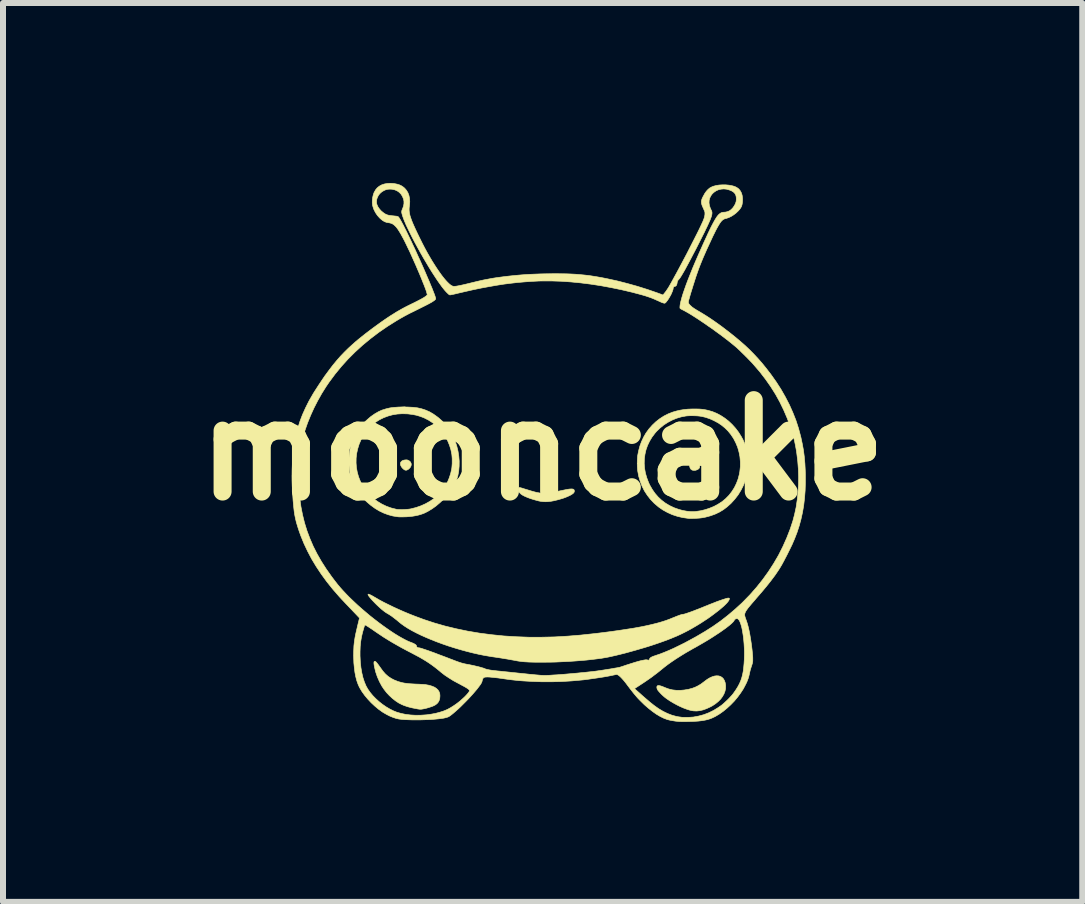
<source format=kicad_pcb>
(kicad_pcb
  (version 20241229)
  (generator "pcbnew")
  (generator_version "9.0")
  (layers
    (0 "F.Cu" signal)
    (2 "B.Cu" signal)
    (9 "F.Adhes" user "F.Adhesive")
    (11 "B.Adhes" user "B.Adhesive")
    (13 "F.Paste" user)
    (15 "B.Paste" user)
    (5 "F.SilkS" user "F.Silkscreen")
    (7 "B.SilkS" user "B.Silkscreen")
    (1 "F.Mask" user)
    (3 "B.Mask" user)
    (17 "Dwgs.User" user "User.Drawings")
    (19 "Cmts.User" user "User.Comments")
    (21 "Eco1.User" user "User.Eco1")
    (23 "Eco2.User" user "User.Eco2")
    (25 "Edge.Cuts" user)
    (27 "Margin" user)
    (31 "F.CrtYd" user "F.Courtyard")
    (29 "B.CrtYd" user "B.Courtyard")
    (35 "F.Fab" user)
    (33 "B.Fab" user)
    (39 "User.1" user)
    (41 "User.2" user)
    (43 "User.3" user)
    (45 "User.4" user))
  (footprint "mooncake"
    (layer "F.Cu")
    (at 5.994 4.454)
    (property "Reference" "mooncake" (at 0 0 0) (layer "F.SilkS") (effects (font (size 1.524 1.524) (thickness 0.3))))
    (attr through_hole)
    (fp_poly (pts (xy 2.552 0.188) (xy 2.574 0.201) (xy 2.594 0.219) (xy 2.602 0.229) (xy 2.614 0.253) (xy 2.619 0.274) (xy 2.615 0.293) (xy 2.603 0.309) (xy 2.584 0.322) (xy 2.582 0.323) (xy 2.554 0.334) (xy 2.527 0.337) (xy 2.502 0.334) (xy 2.489 0.329) (xy 2.471 0.316) (xy 2.459 0.297) (xy 2.452 0.274) (xy 2.451 0.25) (xy 2.457 0.227) (xy 2.465 0.214) (xy 2.478 0.201) (xy 2.492 0.19) (xy 2.504 0.184) (xy 2.528 0.182) (xy 2.552 0.188)) (stroke (width 0.01) (type solid)) (fill yes) (layer "F.SilkS"))
    (fp_poly (pts (xy -2.257 0.162) (xy -2.246 0.166) (xy -2.234 0.171) (xy -2.212 0.185) (xy -2.198 0.204) (xy -2.19 0.224) (xy -2.189 0.246) (xy -2.196 0.269) (xy -2.209 0.291) (xy -2.229 0.311) (xy -2.242 0.321) (xy -2.263 0.332) (xy -2.281 0.334) (xy -2.299 0.329) (xy -2.31 0.322) (xy -2.334 0.301) (xy -2.352 0.279) (xy -2.364 0.256) (xy -2.37 0.233) (xy -2.369 0.212) (xy -2.362 0.197) (xy -2.347 0.181) (xy -2.326 0.169) (xy -2.298 0.163) (xy -2.287 0.162) (xy -2.27 0.161) (xy -2.257 0.162)) (stroke (width 0.01) (type solid)) (fill yes) (layer "F.SilkS"))
    (fp_poly (pts (xy 2.935 3.762) (xy 2.965 3.771) (xy 2.991 3.787) (xy 3.013 3.809) (xy 3.03 3.838) (xy 3.043 3.873) (xy 3.05 3.914) (xy 3.051 3.927) (xy 3.05 3.973) (xy 3.04 4.018) (xy 3.023 4.063) (xy 2.998 4.107) (xy 2.967 4.149) (xy 2.928 4.188) (xy 2.883 4.225) (xy 2.832 4.259) (xy 2.795 4.279) (xy 2.734 4.307) (xy 2.677 4.328) (xy 2.622 4.341) (xy 2.569 4.347) (xy 2.518 4.345) (xy 2.49 4.341) (xy 2.446 4.331) (xy 2.397 4.315) (xy 2.344 4.295) (xy 2.288 4.27) (xy 2.232 4.242) (xy 2.176 4.211) (xy 2.121 4.178) (xy 2.068 4.142) (xy 2.057 4.134) (xy 2.036 4.118) (xy 2.014 4.099) (xy 1.991 4.078) (xy 1.969 4.056) (xy 1.949 4.034) (xy 1.932 4.015) (xy 1.92 3.999) (xy 1.916 3.993) (xy 1.907 3.971) (xy 1.904 3.953) (xy 1.906 3.937) (xy 1.911 3.93) (xy 1.919 3.924) (xy 1.931 3.922) (xy 1.947 3.924) (xy 1.968 3.929) (xy 1.995 3.938) (xy 2.027 3.951) (xy 2.051 3.961) (xy 2.106 3.981) (xy 2.165 3.995) (xy 2.228 4.002) (xy 2.293 4.003) (xy 2.361 3.997) (xy 2.429 3.986) (xy 2.496 3.968) (xy 2.544 3.95) (xy 2.591 3.927) (xy 2.638 3.899) (xy 2.685 3.864) (xy 2.702 3.851) (xy 2.745 3.819) (xy 2.787 3.794) (xy 2.827 3.776) (xy 2.866 3.764) (xy 2.902 3.76) (xy 2.935 3.762)) (stroke (width 0.01) (type solid)) (fill yes) (layer "F.SilkS"))
    (fp_poly (pts (xy -0.374 0.624) (xy -0.361 0.627) (xy -0.343 0.632) (xy -0.322 0.639) (xy -0.306 0.644) (xy -0.253 0.66) (xy -0.208 0.674) (xy -0.168 0.686) (xy -0.134 0.695) (xy -0.103 0.703) (xy -0.076 0.708) (xy -0.05 0.713) (xy -0.026 0.716) (xy -0.002 0.717) (xy 0.017 0.718) (xy 0.035 0.719) (xy 0.051 0.719) (xy 0.067 0.718) (xy 0.083 0.717) (xy 0.1 0.715) (xy 0.12 0.713) (xy 0.142 0.708) (xy 0.169 0.703) (xy 0.202 0.696) (xy 0.241 0.688) (xy 0.279 0.68) (xy 0.332 0.669) (xy 0.376 0.66) (xy 0.414 0.653) (xy 0.445 0.648) (xy 0.47 0.646) (xy 0.49 0.646) (xy 0.505 0.648) (xy 0.516 0.652) (xy 0.523 0.658) (xy 0.527 0.667) (xy 0.529 0.678) (xy 0.529 0.682) (xy 0.527 0.696) (xy 0.52 0.709) (xy 0.507 0.722) (xy 0.487 0.736) (xy 0.461 0.751) (xy 0.447 0.758) (xy 0.412 0.774) (xy 0.375 0.789) (xy 0.336 0.803) (xy 0.291 0.816) (xy 0.24 0.83) (xy 0.24 0.83) (xy 0.185 0.843) (xy 0.136 0.852) (xy 0.091 0.857) (xy 0.049 0.859) (xy 0.009 0.857) (xy -0.027 0.853) (xy -0.064 0.846) (xy -0.106 0.835) (xy -0.151 0.822) (xy -0.197 0.808) (xy -0.241 0.792) (xy -0.28 0.776) (xy -0.304 0.765) (xy -0.336 0.748) (xy -0.363 0.729) (xy -0.382 0.71) (xy -0.395 0.691) (xy -0.397 0.683) (xy -0.402 0.661) (xy -0.401 0.643) (xy -0.396 0.63) (xy -0.387 0.623) (xy -0.381 0.622) (xy -0.374 0.624)) (stroke (width 0.01) (type solid)) (fill yes) (layer "F.SilkS"))
    (fp_poly (pts (xy -2.786 3.522) (xy -2.773 3.533) (xy -2.757 3.552) (xy -2.737 3.578) (xy -2.714 3.61) (xy -2.702 3.627) (xy -2.663 3.681) (xy -2.622 3.728) (xy -2.578 3.768) (xy -2.529 3.801) (xy -2.476 3.829) (xy -2.416 3.853) (xy -2.407 3.856) (xy -2.373 3.866) (xy -2.339 3.875) (xy -2.303 3.882) (xy -2.264 3.887) (xy -2.222 3.892) (xy -2.173 3.895) (xy -2.118 3.898) (xy -2.091 3.899) (xy -2.059 3.9) (xy -2.028 3.902) (xy -2 3.903) (xy -1.976 3.905) (xy -1.957 3.906) (xy -1.948 3.908) (xy -1.892 3.918) (xy -1.843 3.933) (xy -1.802 3.95) (xy -1.769 3.972) (xy -1.743 3.997) (xy -1.725 4.026) (xy -1.714 4.058) (xy -1.711 4.095) (xy -1.714 4.134) (xy -1.723 4.169) (xy -1.738 4.198) (xy -1.759 4.223) (xy -1.786 4.244) (xy -1.812 4.258) (xy -1.837 4.269) (xy -1.866 4.279) (xy -1.898 4.289) (xy -1.931 4.299) (xy -1.964 4.307) (xy -1.994 4.313) (xy -2.02 4.317) (xy -2.04 4.318) (xy -2.051 4.317) (xy -2.067 4.315) (xy -2.087 4.312) (xy -2.101 4.309) (xy -2.178 4.294) (xy -2.248 4.276) (xy -2.309 4.255) (xy -2.345 4.24) (xy -2.398 4.213) (xy -2.451 4.178) (xy -2.503 4.137) (xy -2.553 4.091) (xy -2.6 4.041) (xy -2.642 3.987) (xy -2.679 3.932) (xy -2.72 3.856) (xy -2.755 3.776) (xy -2.783 3.694) (xy -2.802 3.613) (xy -2.808 3.58) (xy -2.811 3.555) (xy -2.811 3.537) (xy -2.808 3.525) (xy -2.801 3.519) (xy -2.796 3.518) (xy -2.786 3.522)) (stroke (width 0.01) (type solid)) (fill yes) (layer "F.SilkS"))
    (fp_poly (pts (xy 2.571 -0.687) (xy 2.612 -0.686) (xy 2.648 -0.683) (xy 2.682 -0.679) (xy 2.717 -0.673) (xy 2.754 -0.665) (xy 2.758 -0.664) (xy 2.831 -0.643) (xy 2.902 -0.614) (xy 2.971 -0.577) (xy 3.037 -0.534) (xy 3.101 -0.484) (xy 3.16 -0.428) (xy 3.216 -0.366) (xy 3.266 -0.3) (xy 3.311 -0.228) (xy 3.338 -0.179) (xy 3.374 -0.098) (xy 3.401 -0.017) (xy 3.42 0.065) (xy 3.431 0.147) (xy 3.433 0.23) (xy 3.426 0.313) (xy 3.411 0.397) (xy 3.407 0.415) (xy 3.381 0.502) (xy 3.347 0.587) (xy 3.306 0.668) (xy 3.258 0.746) (xy 3.202 0.818) (xy 3.14 0.886) (xy 3.139 0.887) (xy 3.078 0.942) (xy 3.014 0.991) (xy 2.946 1.032) (xy 2.874 1.066) (xy 2.796 1.094) (xy 2.714 1.116) (xy 2.661 1.126) (xy 2.639 1.129) (xy 2.612 1.132) (xy 2.581 1.134) (xy 2.547 1.136) (xy 2.514 1.137) (xy 2.483 1.138) (xy 2.455 1.138) (xy 2.433 1.137) (xy 2.428 1.136) (xy 2.335 1.123) (xy 2.246 1.102) (xy 2.161 1.074) (xy 2.081 1.038) (xy 2.005 0.996) (xy 1.934 0.947) (xy 1.867 0.89) (xy 1.859 0.883) (xy 1.798 0.819) (xy 1.745 0.751) (xy 1.698 0.679) (xy 1.659 0.602) (xy 1.627 0.52) (xy 1.602 0.435) (xy 1.585 0.345) (xy 1.583 0.33) (xy 1.581 0.305) (xy 1.579 0.274) (xy 1.578 0.239) (xy 1.578 0.224) (xy 1.694 0.224) (xy 1.7 0.303) (xy 1.714 0.382) (xy 1.737 0.461) (xy 1.767 0.54) (xy 1.787 0.582) (xy 1.828 0.654) (xy 1.874 0.72) (xy 1.927 0.781) (xy 1.985 0.835) (xy 2.049 0.883) (xy 2.118 0.924) (xy 2.192 0.959) (xy 2.271 0.987) (xy 2.338 1.005) (xy 2.404 1.017) (xy 2.467 1.023) (xy 2.53 1.023) (xy 2.562 1.02) (xy 2.636 1.009) (xy 2.71 0.991) (xy 2.783 0.967) (xy 2.854 0.938) (xy 2.92 0.903) (xy 2.981 0.864) (xy 2.992 0.857) (xy 3.052 0.807) (xy 3.107 0.751) (xy 3.155 0.689) (xy 3.197 0.623) (xy 3.231 0.553) (xy 3.259 0.479) (xy 3.279 0.402) (xy 3.287 0.358) (xy 3.296 0.274) (xy 3.296 0.191) (xy 3.289 0.109) (xy 3.273 0.029) (xy 3.251 -0.049) (xy 3.22 -0.123) (xy 3.183 -0.195) (xy 3.138 -0.262) (xy 3.089 -0.322) (xy 3.039 -0.371) (xy 2.983 -0.417) (xy 2.921 -0.458) (xy 2.854 -0.494) (xy 2.784 -0.525) (xy 2.712 -0.549) (xy 2.652 -0.563) (xy 2.62 -0.568) (xy 2.582 -0.572) (xy 2.541 -0.574) (xy 2.498 -0.575) (xy 2.456 -0.575) (xy 2.417 -0.573) (xy 2.387 -0.57) (xy 2.309 -0.555) (xy 2.232 -0.532) (xy 2.157 -0.501) (xy 2.086 -0.463) (xy 2.018 -0.419) (xy 1.956 -0.368) (xy 1.898 -0.312) (xy 1.873 -0.283) (xy 1.824 -0.218) (xy 1.783 -0.15) (xy 1.749 -0.079) (xy 1.723 -0.005) (xy 1.706 0.07) (xy 1.696 0.146) (xy 1.694 0.224) (xy 1.578 0.224) (xy 1.578 0.202) (xy 1.579 0.165) (xy 1.581 0.131) (xy 1.583 0.101) (xy 1.585 0.087) (xy 1.601 0.007) (xy 1.622 -0.071) (xy 1.65 -0.146) (xy 1.684 -0.218) (xy 1.722 -0.284) (xy 1.724 -0.287) (xy 1.773 -0.355) (xy 1.828 -0.417) (xy 1.888 -0.474) (xy 1.952 -0.524) (xy 2.02 -0.568) (xy 2.09 -0.604) (xy 2.164 -0.633) (xy 2.169 -0.635) (xy 2.231 -0.653) (xy 2.292 -0.667) (xy 2.354 -0.677) (xy 2.419 -0.684) (xy 2.488 -0.687) (xy 2.525 -0.687) (xy 2.571 -0.687)) (stroke (width 0.01) (type solid)) (fill yes) (layer "F.SilkS"))
    (fp_poly (pts (xy -2.296 -0.723) (xy -2.291 -0.722) (xy -2.285 -0.721) (xy -2.273 -0.72) (xy -2.257 -0.72) (xy -2.237 -0.719) (xy -2.158 -0.715) (xy -2.084 -0.706) (xy -2.015 -0.69) (xy -1.949 -0.668) (xy -1.885 -0.64) (xy -1.823 -0.604) (xy -1.761 -0.56) (xy -1.736 -0.541) (xy -1.675 -0.487) (xy -1.621 -0.43) (xy -1.573 -0.369) (xy -1.53 -0.302) (xy -1.49 -0.227) (xy -1.457 -0.148) (xy -1.43 -0.067) (xy -1.41 0.016) (xy -1.397 0.099) (xy -1.39 0.182) (xy -1.391 0.265) (xy -1.398 0.346) (xy -1.412 0.424) (xy -1.434 0.499) (xy -1.442 0.521) (xy -1.459 0.563) (xy -1.478 0.603) (xy -1.501 0.641) (xy -1.526 0.678) (xy -1.557 0.717) (xy -1.592 0.757) (xy -1.634 0.801) (xy -1.644 0.811) (xy -1.712 0.875) (xy -1.778 0.931) (xy -1.844 0.978) (xy -1.91 1.018) (xy -1.941 1.034) (xy -1.974 1.05) (xy -2.006 1.062) (xy -2.039 1.073) (xy -2.075 1.083) (xy -2.117 1.092) (xy -2.164 1.1) (xy -2.172 1.101) (xy -2.198 1.104) (xy -2.23 1.107) (xy -2.266 1.11) (xy -2.302 1.111) (xy -2.338 1.112) (xy -2.371 1.112) (xy -2.399 1.111) (xy -2.417 1.109) (xy -2.498 1.096) (xy -2.575 1.075) (xy -2.65 1.047) (xy -2.723 1.012) (xy -2.794 0.969) (xy -2.864 0.918) (xy -2.933 0.859) (xy -2.972 0.821) (xy -3.027 0.763) (xy -3.074 0.706) (xy -3.114 0.649) (xy -3.147 0.59) (xy -3.174 0.529) (xy -3.195 0.464) (xy -3.211 0.395) (xy -3.221 0.32) (xy -3.226 0.268) (xy -3.228 0.212) (xy -3.109 0.212) (xy -3.103 0.29) (xy -3.089 0.367) (xy -3.068 0.442) (xy -3.039 0.515) (xy -3.004 0.585) (xy -2.961 0.652) (xy -2.91 0.715) (xy -2.874 0.754) (xy -2.815 0.808) (xy -2.749 0.856) (xy -2.679 0.898) (xy -2.604 0.934) (xy -2.527 0.962) (xy -2.448 0.982) (xy -2.436 0.985) (xy -2.413 0.988) (xy -2.384 0.989) (xy -2.35 0.99) (xy -2.313 0.989) (xy -2.277 0.987) (xy -2.241 0.984) (xy -2.209 0.98) (xy -2.19 0.976) (xy -2.108 0.955) (xy -2.028 0.927) (xy -1.952 0.893) (xy -1.879 0.852) (xy -1.812 0.807) (xy -1.75 0.756) (xy -1.706 0.713) (xy -1.661 0.659) (xy -1.621 0.599) (xy -1.586 0.533) (xy -1.557 0.464) (xy -1.533 0.391) (xy -1.516 0.317) (xy -1.513 0.296) (xy -1.51 0.263) (xy -1.507 0.224) (xy -1.507 0.182) (xy -1.507 0.141) (xy -1.51 0.102) (xy -1.513 0.07) (xy -1.529 -0.01) (xy -1.553 -0.086) (xy -1.584 -0.16) (xy -1.621 -0.229) (xy -1.666 -0.294) (xy -1.716 -0.354) (xy -1.773 -0.409) (xy -1.835 -0.459) (xy -1.902 -0.502) (xy -1.973 -0.538) (xy -1.984 -0.543) (xy -2.044 -0.565) (xy -2.104 -0.583) (xy -2.166 -0.595) (xy -2.234 -0.604) (xy -2.257 -0.606) (xy -2.341 -0.608) (xy -2.422 -0.603) (xy -2.501 -0.59) (xy -2.577 -0.569) (xy -2.649 -0.542) (xy -2.718 -0.508) (xy -2.783 -0.467) (xy -2.843 -0.42) (xy -2.898 -0.366) (xy -2.947 -0.307) (xy -2.986 -0.249) (xy -3.026 -0.175) (xy -3.058 -0.1) (xy -3.082 -0.023) (xy -3.099 0.055) (xy -3.108 0.133) (xy -3.109 0.212) (xy -3.228 0.212) (xy -3.229 0.175) (xy -3.225 0.084) (xy -3.213 -0.003) (xy -3.193 -0.087) (xy -3.167 -0.168) (xy -3.133 -0.245) (xy -3.091 -0.317) (xy -3.043 -0.386) (xy -3.037 -0.394) (xy -3.015 -0.418) (xy -2.989 -0.446) (xy -2.959 -0.476) (xy -2.927 -0.505) (xy -2.895 -0.533) (xy -2.866 -0.558) (xy -2.855 -0.566) (xy -2.796 -0.607) (xy -2.737 -0.641) (xy -2.678 -0.668) (xy -2.615 -0.688) (xy -2.549 -0.704) (xy -2.517 -0.709) (xy -2.501 -0.711) (xy -2.481 -0.713) (xy -2.457 -0.715) (xy -2.43 -0.717) (xy -2.403 -0.719) (xy -2.375 -0.72) (xy -2.35 -0.721) (xy -2.327 -0.722) (xy -2.309 -0.723) (xy -2.296 -0.723)) (stroke (width 0.01) (type solid)) (fill yes) (layer "F.SilkS"))
    (fp_poly (pts (xy -2.902 2.4) (xy -2.89 2.403) (xy -2.871 2.411) (xy -2.847 2.423) (xy -2.819 2.439) (xy -2.788 2.457) (xy -2.784 2.459) (xy -2.719 2.497) (xy -2.646 2.536) (xy -2.567 2.575) (xy -2.483 2.616) (xy -2.395 2.656) (xy -2.304 2.696) (xy -2.21 2.735) (xy -2.115 2.772) (xy -2.02 2.807) (xy -1.983 2.821) (xy -1.807 2.879) (xy -1.626 2.931) (xy -1.44 2.976) (xy -1.248 3.016) (xy -1.052 3.049) (xy -0.852 3.075) (xy -0.648 3.096) (xy -0.44 3.109) (xy -0.229 3.117) (xy -0.014 3.117) (xy 0.203 3.112) (xy 0.423 3.099) (xy 0.631 3.082) (xy 0.733 3.071) (xy 0.837 3.06) (xy 0.941 3.048) (xy 1.045 3.035) (xy 1.146 3.022) (xy 1.245 3.008) (xy 1.34 2.994) (xy 1.43 2.98) (xy 1.514 2.967) (xy 1.592 2.953) (xy 1.651 2.942) (xy 1.733 2.925) (xy 1.808 2.908) (xy 1.877 2.891) (xy 1.942 2.874) (xy 2.002 2.856) (xy 2.06 2.837) (xy 2.117 2.816) (xy 2.173 2.793) (xy 2.189 2.787) (xy 2.225 2.772) (xy 2.259 2.759) (xy 2.289 2.748) (xy 2.314 2.74) (xy 2.333 2.736) (xy 2.344 2.735) (xy 2.355 2.733) (xy 2.374 2.728) (xy 2.399 2.72) (xy 2.431 2.709) (xy 2.469 2.696) (xy 2.512 2.68) (xy 2.56 2.661) (xy 2.613 2.641) (xy 2.67 2.618) (xy 2.716 2.599) (xy 2.783 2.572) (xy 2.845 2.548) (xy 2.9 2.526) (xy 2.95 2.508) (xy 2.993 2.493) (xy 3.03 2.481) (xy 3.06 2.472) (xy 3.082 2.466) (xy 3.091 2.465) (xy 3.104 2.465) (xy 3.112 2.468) (xy 3.114 2.477) (xy 3.11 2.49) (xy 3.105 2.502) (xy 3.093 2.52) (xy 3.075 2.543) (xy 3.05 2.569) (xy 3.02 2.598) (xy 2.984 2.629) (xy 2.944 2.663) (xy 2.9 2.697) (xy 2.853 2.733) (xy 2.803 2.77) (xy 2.751 2.807) (xy 2.696 2.843) (xy 2.641 2.879) (xy 2.63 2.886) (xy 2.561 2.928) (xy 2.494 2.967) (xy 2.43 3.003) (xy 2.366 3.036) (xy 2.301 3.068) (xy 2.235 3.098) (xy 2.165 3.127) (xy 2.09 3.157) (xy 2.009 3.187) (xy 1.935 3.213) (xy 1.862 3.238) (xy 1.785 3.263) (xy 1.705 3.288) (xy 1.623 3.312) (xy 1.541 3.336) (xy 1.458 3.359) (xy 1.378 3.381) (xy 1.299 3.401) (xy 1.225 3.419) (xy 1.155 3.435) (xy 1.091 3.449) (xy 1.052 3.456) (xy 0.983 3.468) (xy 0.907 3.478) (xy 0.824 3.488) (xy 0.734 3.498) (xy 0.639 3.506) (xy 0.539 3.514) (xy 0.434 3.521) (xy 0.326 3.526) (xy 0.222 3.531) (xy 0.182 3.532) (xy 0.137 3.533) (xy 0.089 3.533) (xy 0.038 3.534) (xy -0.013 3.534) (xy -0.064 3.534) (xy -0.113 3.534) (xy -0.158 3.533) (xy -0.198 3.532) (xy -0.231 3.531) (xy -0.245 3.53) (xy -0.299 3.527) (xy -0.345 3.523) (xy -0.388 3.517) (xy -0.427 3.511) (xy -0.444 3.507) (xy -0.472 3.502) (xy -0.506 3.496) (xy -0.546 3.489) (xy -0.589 3.481) (xy -0.635 3.474) (xy -0.681 3.466) (xy -0.726 3.459) (xy -0.768 3.453) (xy -0.785 3.45) (xy -0.85 3.441) (xy -0.908 3.431) (xy -0.962 3.422) (xy -1.013 3.412) (xy -1.063 3.402) (xy -1.067 3.401) (xy -1.168 3.378) (xy -1.27 3.352) (xy -1.372 3.324) (xy -1.473 3.294) (xy -1.572 3.263) (xy -1.669 3.229) (xy -1.764 3.194) (xy -1.855 3.158) (xy -1.943 3.121) (xy -2.026 3.084) (xy -2.104 3.046) (xy -2.177 3.008) (xy -2.243 2.97) (xy -2.302 2.932) (xy -2.354 2.895) (xy -2.384 2.871) (xy -2.433 2.83) (xy -2.478 2.795) (xy -2.519 2.764) (xy -2.557 2.739) (xy -2.592 2.718) (xy -2.593 2.718) (xy -2.612 2.706) (xy -2.635 2.69) (xy -2.659 2.671) (xy -2.685 2.65) (xy -2.711 2.627) (xy -2.738 2.602) (xy -2.765 2.577) (xy -2.791 2.551) (xy -2.816 2.525) (xy -2.839 2.501) (xy -2.86 2.477) (xy -2.878 2.456) (xy -2.893 2.437) (xy -2.903 2.422) (xy -2.909 2.41) (xy -2.91 2.402) (xy -2.905 2.399) (xy -2.902 2.4)) (stroke (width 0.01) (type solid)) (fill yes) (layer "F.SilkS"))
    (fp_poly (pts (xy -2.48 -4.445) (xy -2.467 -4.443) (xy -2.422 -4.434) (xy -2.384 -4.422) (xy -2.351 -4.406) (xy -2.32 -4.385) (xy -2.299 -4.367) (xy -2.269 -4.332) (xy -2.245 -4.292) (xy -2.228 -4.247) (xy -2.218 -4.198) (xy -2.214 -4.144) (xy -2.218 -4.086) (xy -2.221 -4.063) (xy -2.224 -4.039) (xy -2.225 -4.015) (xy -2.224 -3.99) (xy -2.221 -3.964) (xy -2.216 -3.936) (xy -2.209 -3.906) (xy -2.198 -3.873) (xy -2.185 -3.836) (xy -2.169 -3.795) (xy -2.149 -3.749) (xy -2.126 -3.698) (xy -2.1 -3.642) (xy -2.069 -3.578) (xy -2.051 -3.541) (xy -2.007 -3.452) (xy -1.964 -3.369) (xy -1.922 -3.292) (xy -1.88 -3.219) (xy -1.838 -3.148) (xy -1.793 -3.077) (xy -1.763 -3.031) (xy -1.726 -2.977) (xy -1.693 -2.93) (xy -1.662 -2.889) (xy -1.633 -2.853) (xy -1.605 -2.821) (xy -1.583 -2.798) (xy -1.556 -2.772) (xy -1.533 -2.753) (xy -1.512 -2.74) (xy -1.493 -2.733) (xy -1.477 -2.731) (xy -1.458 -2.732) (xy -1.433 -2.735) (xy -1.4 -2.741) (xy -1.36 -2.749) (xy -1.315 -2.759) (xy -1.264 -2.771) (xy -1.215 -2.783) (xy -1.133 -2.803) (xy -1.057 -2.821) (xy -0.986 -2.837) (xy -0.917 -2.85) (xy -0.849 -2.863) (xy -0.78 -2.874) (xy -0.708 -2.884) (xy -0.631 -2.894) (xy -0.563 -2.902) (xy -0.486 -2.91) (xy -0.412 -2.917) (xy -0.341 -2.923) (xy -0.271 -2.928) (xy -0.2 -2.932) (xy -0.126 -2.935) (xy -0.048 -2.938) (xy 0.034 -2.94) (xy 0.116 -2.941) (xy 0.215 -2.942) (xy 0.307 -2.941) (xy 0.392 -2.94) (xy 0.473 -2.937) (xy 0.55 -2.933) (xy 0.623 -2.927) (xy 0.696 -2.92) (xy 0.768 -2.912) (xy 0.84 -2.901) (xy 0.914 -2.889) (xy 0.992 -2.875) (xy 1.073 -2.859) (xy 1.082 -2.857) (xy 1.247 -2.821) (xy 1.414 -2.778) (xy 1.582 -2.731) (xy 1.747 -2.679) (xy 1.907 -2.624) (xy 1.921 -2.619) (xy 2.007 -2.587) (xy 2.039 -2.627) (xy 2.052 -2.643) (xy 2.063 -2.659) (xy 2.074 -2.675) (xy 2.086 -2.693) (xy 2.099 -2.713) (xy 2.113 -2.737) (xy 2.129 -2.765) (xy 2.148 -2.799) (xy 2.166 -2.832) (xy 2.244 -2.974) (xy 2.324 -3.124) (xy 2.407 -3.281) (xy 2.491 -3.446) (xy 2.545 -3.552) (xy 2.575 -3.611) (xy 2.601 -3.663) (xy 2.623 -3.709) (xy 2.642 -3.749) (xy 2.658 -3.784) (xy 2.672 -3.814) (xy 2.682 -3.84) (xy 2.691 -3.863) (xy 2.697 -3.883) (xy 2.701 -3.9) (xy 2.704 -3.916) (xy 2.706 -3.931) (xy 2.706 -3.941) (xy 2.706 -3.956) (xy 2.705 -3.967) (xy 2.702 -3.979) (xy 2.697 -3.992) (xy 2.689 -4.009) (xy 2.685 -4.02) (xy 2.669 -4.055) (xy 2.657 -4.084) (xy 2.65 -4.109) (xy 2.647 -4.131) (xy 2.647 -4.152) (xy 2.652 -4.174) (xy 2.66 -4.197) (xy 2.673 -4.224) (xy 2.678 -4.233) (xy 2.703 -4.279) (xy 2.73 -4.317) (xy 2.759 -4.348) (xy 2.79 -4.373) (xy 2.825 -4.391) (xy 2.848 -4.4) (xy 2.893 -4.412) (xy 2.944 -4.42) (xy 2.997 -4.423) (xy 3.051 -4.423) (xy 3.105 -4.418) (xy 3.154 -4.409) (xy 3.175 -4.404) (xy 3.208 -4.393) (xy 3.234 -4.38) (xy 3.257 -4.365) (xy 3.273 -4.351) (xy 3.296 -4.322) (xy 3.314 -4.288) (xy 3.326 -4.249) (xy 3.332 -4.204) (xy 3.333 -4.176) (xy 3.331 -4.135) (xy 3.326 -4.1) (xy 3.318 -4.07) (xy 3.304 -4.042) (xy 3.285 -4.015) (xy 3.26 -3.987) (xy 3.224 -3.953) (xy 3.185 -3.923) (xy 3.145 -3.898) (xy 3.104 -3.878) (xy 3.064 -3.864) (xy 3.05 -3.861) (xy 3.035 -3.857) (xy 3.021 -3.85) (xy 3.006 -3.842) (xy 2.992 -3.829) (xy 2.977 -3.814) (xy 2.962 -3.794) (xy 2.946 -3.77) (xy 2.928 -3.74) (xy 2.909 -3.706) (xy 2.887 -3.665) (xy 2.864 -3.618) (xy 2.837 -3.564) (xy 2.809 -3.503) (xy 2.771 -3.421) (xy 2.736 -3.346) (xy 2.705 -3.275) (xy 2.676 -3.209) (xy 2.65 -3.146) (xy 2.625 -3.084) (xy 2.602 -3.024) (xy 2.58 -2.962) (xy 2.558 -2.899) (xy 2.537 -2.834) (xy 2.515 -2.764) (xy 2.513 -2.759) (xy 2.494 -2.697) (xy 2.477 -2.643) (xy 2.463 -2.597) (xy 2.452 -2.558) (xy 2.443 -2.526) (xy 2.436 -2.502) (xy 2.432 -2.484) (xy 2.43 -2.472) (xy 2.43 -2.469) (xy 2.431 -2.456) (xy 2.437 -2.443) (xy 2.447 -2.429) (xy 2.463 -2.412) (xy 2.467 -2.409) (xy 2.48 -2.397) (xy 2.493 -2.385) (xy 2.509 -2.374) (xy 2.527 -2.361) (xy 2.55 -2.347) (xy 2.577 -2.33) (xy 2.61 -2.311) (xy 2.672 -2.274) (xy 2.733 -2.236) (xy 2.793 -2.197) (xy 2.856 -2.154) (xy 2.921 -2.108) (xy 2.99 -2.058) (xy 3.02 -2.035) (xy 3.118 -1.96) (xy 3.209 -1.887) (xy 3.294 -1.816) (xy 3.374 -1.746) (xy 3.449 -1.675) (xy 3.52 -1.603) (xy 3.588 -1.53) (xy 3.655 -1.454) (xy 3.72 -1.374) (xy 3.785 -1.29) (xy 3.805 -1.264) (xy 3.893 -1.14) (xy 3.974 -1.014) (xy 4.047 -0.886) (xy 4.113 -0.758) (xy 4.171 -0.628) (xy 4.222 -0.499) (xy 4.264 -0.37) (xy 4.275 -0.33) (xy 4.305 -0.217) (xy 4.328 -0.108) (xy 4.348 0.000322) (xy 4.362 0.109) (xy 4.372 0.221) (xy 4.378 0.337) (xy 4.38 0.406) (xy 4.38 0.544) (xy 4.376 0.675) (xy 4.366 0.8) (xy 4.352 0.92) (xy 4.332 1.037) (xy 4.307 1.15) (xy 4.277 1.261) (xy 4.241 1.371) (xy 4.199 1.479) (xy 4.171 1.544) (xy 4.159 1.572) (xy 4.143 1.605) (xy 4.125 1.642) (xy 4.105 1.682) (xy 4.085 1.723) (xy 4.064 1.764) (xy 4.043 1.804) (xy 4.024 1.841) (xy 4.006 1.874) (xy 3.991 1.902) (xy 3.983 1.916) (xy 3.958 1.958) (xy 3.932 1.999) (xy 3.903 2.042) (xy 3.873 2.086) (xy 3.839 2.131) (xy 3.803 2.179) (xy 3.763 2.23) (xy 3.719 2.284) (xy 3.67 2.343) (xy 3.616 2.406) (xy 3.557 2.474) (xy 3.539 2.496) (xy 3.504 2.536) (xy 3.474 2.571) (xy 3.449 2.601) (xy 3.428 2.626) (xy 3.412 2.648) (xy 3.399 2.666) (xy 3.388 2.683) (xy 3.381 2.697) (xy 3.375 2.71) (xy 3.371 2.722) (xy 3.371 2.723) (xy 3.369 2.735) (xy 3.368 2.747) (xy 3.37 2.76) (xy 3.374 2.777) (xy 3.38 2.797) (xy 3.39 2.824) (xy 3.393 2.832) (xy 3.41 2.882) (xy 3.426 2.939) (xy 3.441 3.003) (xy 3.455 3.075) (xy 3.468 3.152) (xy 3.48 3.234) (xy 3.491 3.321) (xy 3.497 3.382) (xy 3.501 3.425) (xy 3.503 3.46) (xy 3.503 3.489) (xy 3.503 3.514) (xy 3.5 3.536) (xy 3.496 3.555) (xy 3.49 3.574) (xy 3.49 3.575) (xy 3.473 3.626) (xy 3.459 3.674) (xy 3.448 3.723) (xy 3.439 3.763) (xy 3.429 3.798) (xy 3.416 3.834) (xy 3.401 3.871) (xy 3.382 3.909) (xy 3.345 3.979) (xy 3.3 4.048) (xy 3.25 4.116) (xy 3.196 4.181) (xy 3.137 4.242) (xy 3.075 4.299) (xy 3.012 4.351) (xy 2.947 4.397) (xy 2.882 4.436) (xy 2.86 4.447) (xy 2.824 4.464) (xy 2.788 4.478) (xy 2.752 4.489) (xy 2.714 4.498) (xy 2.671 4.506) (xy 2.623 4.512) (xy 2.599 4.515) (xy 2.571 4.517) (xy 2.537 4.519) (xy 2.499 4.521) (xy 2.458 4.522) (xy 2.416 4.523) (xy 2.375 4.524) (xy 2.337 4.524) (xy 2.303 4.523) (xy 2.275 4.522) (xy 2.263 4.521) (xy 2.214 4.516) (xy 2.166 4.508) (xy 2.121 4.5) (xy 2.082 4.49) (xy 2.072 4.487) (xy 2.015 4.465) (xy 1.955 4.435) (xy 1.893 4.398) (xy 1.83 4.353) (xy 1.764 4.301) (xy 1.697 4.243) (xy 1.63 4.177) (xy 1.614 4.161) (xy 1.59 4.136) (xy 1.566 4.109) (xy 1.542 4.08) (xy 1.515 4.048) (xy 1.487 4.012) (xy 1.457 3.974) (xy 1.532 3.974) (xy 1.624 4.056) (xy 1.673 4.1) (xy 1.717 4.138) (xy 1.757 4.172) (xy 1.792 4.202) (xy 1.825 4.228) (xy 1.855 4.252) (xy 1.884 4.273) (xy 1.912 4.293) (xy 1.935 4.309) (xy 2.009 4.353) (xy 2.083 4.389) (xy 2.156 4.417) (xy 2.229 4.437) (xy 2.273 4.445) (xy 2.29 4.447) (xy 2.305 4.449) (xy 2.315 4.451) (xy 2.316 4.451) (xy 2.33 4.452) (xy 2.352 4.453) (xy 2.378 4.453) (xy 2.407 4.453) (xy 2.436 4.452) (xy 2.465 4.451) (xy 2.491 4.449) (xy 2.512 4.448) (xy 2.517 4.447) (xy 2.603 4.431) (xy 2.688 4.408) (xy 2.771 4.376) (xy 2.852 4.336) (xy 2.93 4.288) (xy 2.976 4.256) (xy 2.998 4.239) (xy 3.023 4.217) (xy 3.05 4.192) (xy 3.079 4.165) (xy 3.107 4.137) (xy 3.132 4.11) (xy 3.155 4.085) (xy 3.172 4.064) (xy 3.174 4.062) (xy 3.216 4.003) (xy 3.252 3.946) (xy 3.281 3.892) (xy 3.304 3.839) (xy 3.322 3.785) (xy 3.335 3.732) (xy 3.345 3.679) (xy 3.352 3.619) (xy 3.358 3.555) (xy 3.362 3.488) (xy 3.364 3.42) (xy 3.364 3.354) (xy 3.362 3.296) (xy 3.358 3.226) (xy 3.352 3.16) (xy 3.345 3.098) (xy 3.336 3.041) (xy 3.327 2.989) (xy 3.317 2.943) (xy 3.305 2.903) (xy 3.293 2.869) (xy 3.281 2.842) (xy 3.267 2.823) (xy 3.254 2.811) (xy 3.24 2.807) (xy 3.22 2.81) (xy 3.204 2.821) (xy 3.194 2.836) (xy 3.185 2.851) (xy 3.169 2.869) (xy 3.147 2.89) (xy 3.118 2.915) (xy 3.084 2.942) (xy 3.045 2.972) (xy 3.001 3.003) (xy 2.953 3.037) (xy 2.901 3.071) (xy 2.846 3.107) (xy 2.788 3.144) (xy 2.727 3.181) (xy 2.664 3.218) (xy 2.6 3.255) (xy 2.535 3.292) (xy 2.512 3.304) (xy 2.453 3.338) (xy 2.39 3.374) (xy 2.326 3.413) (xy 2.264 3.452) (xy 2.206 3.489) (xy 2.195 3.497) (xy 2.156 3.523) (xy 2.122 3.547) (xy 2.091 3.569) (xy 2.062 3.591) (xy 2.032 3.614) (xy 2 3.64) (xy 1.98 3.656) (xy 1.941 3.688) (xy 1.903 3.718) (xy 1.864 3.747) (xy 1.825 3.777) (xy 1.783 3.807) (xy 1.738 3.838) (xy 1.688 3.872) (xy 1.633 3.908) (xy 1.572 3.948) (xy 1.571 3.948) (xy 1.532 3.974) (xy 1.457 3.974) (xy 1.455 3.971) (xy 1.424 3.93) (xy 1.388 3.882) (xy 1.356 3.842) (xy 1.327 3.809) (xy 1.301 3.782) (xy 1.279 3.762) (xy 1.26 3.748) (xy 1.244 3.74) (xy 1.232 3.738) (xy 1.224 3.739) (xy 1.21 3.742) (xy 1.193 3.746) (xy 1.182 3.748) (xy 1.16 3.753) (xy 1.13 3.759) (xy 1.094 3.766) (xy 1.054 3.773) (xy 1.009 3.781) (xy 0.961 3.788) (xy 0.912 3.796) (xy 0.863 3.803) (xy 0.814 3.81) (xy 0.766 3.817) (xy 0.722 3.823) (xy 0.681 3.828) (xy 0.65 3.831) (xy 0.48 3.846) (xy 0.315 3.856) (xy 0.151 3.86) (xy -0.013 3.86) (xy -0.179 3.854) (xy -0.318 3.846) (xy -0.36 3.843) (xy -0.399 3.84) (xy -0.436 3.836) (xy -0.473 3.832) (xy -0.51 3.828) (xy -0.55 3.823) (xy -0.595 3.817) (xy -0.645 3.81) (xy -0.679 3.805) (xy -0.742 3.796) (xy -0.798 3.79) (xy -0.846 3.785) (xy -0.887 3.781) (xy -0.92 3.78) (xy -0.946 3.781) (xy -0.964 3.783) (xy -0.966 3.784) (xy -0.982 3.792) (xy -0.994 3.804) (xy -1.002 3.823) (xy -1.006 3.837) (xy -1.009 3.853) (xy -1.015 3.868) (xy -1.022 3.883) (xy -1.033 3.901) (xy -1.047 3.921) (xy -1.065 3.945) (xy -1.094 3.983) (xy -1.128 4.023) (xy -1.164 4.065) (xy -1.203 4.108) (xy -1.244 4.152) (xy -1.286 4.195) (xy -1.328 4.237) (xy -1.369 4.278) (xy -1.41 4.316) (xy -1.448 4.35) (xy -1.484 4.381) (xy -1.517 4.408) (xy -1.545 4.429) (xy -1.566 4.442) (xy -1.586 4.45) (xy -1.613 4.458) (xy -1.647 4.466) (xy -1.688 4.472) (xy -1.736 4.478) (xy -1.789 4.483) (xy -1.848 4.488) (xy -1.911 4.491) (xy -1.978 4.493) (xy -2.036 4.495) (xy -2.11 4.495) (xy -2.178 4.495) (xy -2.238 4.493) (xy -2.292 4.491) (xy -2.338 4.488) (xy -2.377 4.483) (xy -2.395 4.481) (xy -2.443 4.47) (xy -2.494 4.453) (xy -2.548 4.431) (xy -2.601 4.404) (xy -2.653 4.374) (xy -2.672 4.362) (xy -2.736 4.316) (xy -2.798 4.264) (xy -2.858 4.208) (xy -2.913 4.149) (xy -2.964 4.088) (xy -3.009 4.026) (xy -3.046 3.964) (xy -3.053 3.952) (xy -3.076 3.901) (xy -3.097 3.842) (xy -3.114 3.777) (xy -3.128 3.705) (xy -3.138 3.627) (xy -3.146 3.545) (xy -3.149 3.457) (xy -3.15 3.412) (xy -3.149 3.358) (xy -3.149 3.355) (xy -3.043 3.355) (xy -3.043 3.429) (xy -3.038 3.53) (xy -3.028 3.624) (xy -3.013 3.712) (xy -2.994 3.792) (xy -2.97 3.865) (xy -2.942 3.931) (xy -2.912 3.984) (xy -2.874 4.038) (xy -2.83 4.091) (xy -2.78 4.142) (xy -2.726 4.191) (xy -2.669 4.236) (xy -2.608 4.278) (xy -2.547 4.314) (xy -2.485 4.345) (xy -2.43 4.367) (xy -2.36 4.387) (xy -2.284 4.403) (xy -2.203 4.413) (xy -2.118 4.418) (xy -2.03 4.417) (xy -1.94 4.411) (xy -1.922 4.409) (xy -1.852 4.399) (xy -1.783 4.386) (xy -1.718 4.369) (xy -1.657 4.35) (xy -1.603 4.328) (xy -1.581 4.318) (xy -1.532 4.291) (xy -1.48 4.258) (xy -1.427 4.221) (xy -1.375 4.18) (xy -1.326 4.136) (xy -1.299 4.111) (xy -1.27 4.081) (xy -1.247 4.055) (xy -1.231 4.035) (xy -1.222 4.018) (xy -1.219 4.006) (xy -1.221 3.999) (xy -1.228 3.991) (xy -1.239 3.981) (xy -1.256 3.969) (xy -1.278 3.955) (xy -1.306 3.939) (xy -1.342 3.92) (xy -1.384 3.897) (xy -1.401 3.888) (xy -1.485 3.843) (xy -1.562 3.795) (xy -1.634 3.747) (xy -1.698 3.697) (xy -1.714 3.683) (xy -1.759 3.646) (xy -1.804 3.611) (xy -1.849 3.578) (xy -1.895 3.546) (xy -1.944 3.514) (xy -1.997 3.482) (xy -2.054 3.449) (xy -2.118 3.415) (xy -2.178 3.383) (xy -2.27 3.335) (xy -2.356 3.289) (xy -2.436 3.244) (xy -2.511 3.201) (xy -2.582 3.158) (xy -2.651 3.115) (xy -2.717 3.071) (xy -2.766 3.038) (xy -2.807 3.01) (xy -2.841 2.986) (xy -2.87 2.967) (xy -2.894 2.951) (xy -2.914 2.938) (xy -2.929 2.929) (xy -2.942 2.921) (xy -2.946 2.919) (xy -2.954 2.915) (xy -2.959 2.915) (xy -2.963 2.918) (xy -2.968 2.926) (xy -2.973 2.939) (xy -2.978 2.957) (xy -3.001 3.036) (xy -3.019 3.113) (xy -3.032 3.191) (xy -3.04 3.271) (xy -3.043 3.355) (xy -3.149 3.355) (xy -3.147 3.308) (xy -3.145 3.261) (xy -3.14 3.215) (xy -3.134 3.168) (xy -3.126 3.119) (xy -3.116 3.067) (xy -3.103 3.01) (xy -3.088 2.946) (xy -3.086 2.936) (xy -3.052 2.797) (xy -3.064 2.784) (xy -3.069 2.778) (xy -3.08 2.767) (xy -3.095 2.751) (xy -3.114 2.731) (xy -3.136 2.708) (xy -3.161 2.682) (xy -3.188 2.653) (xy -3.212 2.629) (xy -3.241 2.598) (xy -3.271 2.567) (xy -3.299 2.537) (xy -3.326 2.508) (xy -3.35 2.483) (xy -3.37 2.461) (xy -3.386 2.444) (xy -3.393 2.436) (xy -3.5 2.313) (xy -3.599 2.189) (xy -3.69 2.064) (xy -3.773 1.939) (xy -3.849 1.813) (xy -3.916 1.686) (xy -3.977 1.557) (xy -4.03 1.427) (xy -4.057 1.352) (xy -4.075 1.298) (xy -4.09 1.249) (xy -4.104 1.202) (xy -4.115 1.157) (xy -4.125 1.111) (xy -4.134 1.064) (xy -4.141 1.015) (xy -4.147 0.962) (xy -4.153 0.903) (xy -4.159 0.838) (xy -4.161 0.804) (xy -4.168 0.7) (xy -4.173 0.601) (xy -4.176 0.508) (xy -4.177 0.419) (xy -4.176 0.413) (xy -4.066 0.413) (xy -4.066 0.474) (xy -4.065 0.528) (xy -4.064 0.578) (xy -4.062 0.623) (xy -4.059 0.667) (xy -4.056 0.71) (xy -4.052 0.754) (xy -4.047 0.8) (xy -4.028 0.941) (xy -4.001 1.078) (xy -3.968 1.212) (xy -3.927 1.344) (xy -3.878 1.474) (xy -3.823 1.602) (xy -3.759 1.728) (xy -3.687 1.854) (xy -3.607 1.979) (xy -3.519 2.104) (xy -3.501 2.128) (xy -3.457 2.186) (xy -3.414 2.241) (xy -3.371 2.292) (xy -3.326 2.342) (xy -3.28 2.391) (xy -3.231 2.442) (xy -3.178 2.493) (xy -3.12 2.548) (xy -3.076 2.589) (xy -3.009 2.648) (xy -2.941 2.706) (xy -2.872 2.764) (xy -2.802 2.819) (xy -2.732 2.873) (xy -2.663 2.924) (xy -2.594 2.973) (xy -2.527 3.019) (xy -2.463 3.061) (xy -2.401 3.099) (xy -2.343 3.132) (xy -2.289 3.161) (xy -2.24 3.185) (xy -2.195 3.203) (xy -2.191 3.204) (xy -2.157 3.218) (xy -2.13 3.232) (xy -2.112 3.245) (xy -2.102 3.259) (xy -2.1 3.269) (xy -2.096 3.28) (xy -2.086 3.288) (xy -2.071 3.293) (xy -2.067 3.293) (xy -2.056 3.294) (xy -2.038 3.298) (xy -2.014 3.305) (xy -1.984 3.315) (xy -1.948 3.327) (xy -1.904 3.342) (xy -1.854 3.36) (xy -1.796 3.381) (xy -1.732 3.406) (xy -1.659 3.433) (xy -1.58 3.463) (xy -1.555 3.473) (xy -1.507 3.491) (xy -1.466 3.507) (xy -1.431 3.52) (xy -1.4 3.531) (xy -1.373 3.54) (xy -1.348 3.548) (xy -1.324 3.554) (xy -1.301 3.56) (xy -1.277 3.565) (xy -1.25 3.57) (xy -1.221 3.575) (xy -1.188 3.582) (xy -1.153 3.589) (xy -1.116 3.598) (xy -1.08 3.606) (xy -1.046 3.615) (xy -1.016 3.624) (xy -0.99 3.631) (xy -0.971 3.638) (xy -0.967 3.64) (xy -0.947 3.648) (xy -0.922 3.654) (xy -0.892 3.661) (xy -0.856 3.667) (xy -0.813 3.672) (xy -0.762 3.678) (xy -0.754 3.679) (xy -0.732 3.681) (xy -0.702 3.684) (xy -0.667 3.688) (xy -0.628 3.692) (xy -0.585 3.696) (xy -0.539 3.701) (xy -0.494 3.706) (xy -0.451 3.71) (xy -0.387 3.717) (xy -0.326 3.723) (xy -0.268 3.729) (xy -0.214 3.735) (xy -0.165 3.739) (xy -0.12 3.744) (xy -0.082 3.747) (xy -0.05 3.75) (xy -0.025 3.752) (xy -0.017 3.752) (xy 0.003 3.753) (xy 0.021 3.754) (xy 0.037 3.754) (xy 0.055 3.754) (xy 0.076 3.753) (xy 0.102 3.752) (xy 0.125 3.751) (xy 0.178 3.747) (xy 0.237 3.744) (xy 0.299 3.739) (xy 0.366 3.734) (xy 0.434 3.728) (xy 0.503 3.722) (xy 0.572 3.716) (xy 0.64 3.709) (xy 0.706 3.703) (xy 0.767 3.696) (xy 0.825 3.69) (xy 0.876 3.684) (xy 0.92 3.678) (xy 0.933 3.676) (xy 0.956 3.673) (xy 0.983 3.669) (xy 1.014 3.664) (xy 1.047 3.659) (xy 1.082 3.653) (xy 1.117 3.648) (xy 1.152 3.642) (xy 1.184 3.636) (xy 1.214 3.631) (xy 1.24 3.627) (xy 1.26 3.623) (xy 1.274 3.62) (xy 1.281 3.619) (xy 1.289 3.617) (xy 1.304 3.612) (xy 1.325 3.605) (xy 1.35 3.597) (xy 1.378 3.587) (xy 1.409 3.577) (xy 1.41 3.577) (xy 1.478 3.555) (xy 1.539 3.536) (xy 1.593 3.52) (xy 1.639 3.508) (xy 1.679 3.5) (xy 1.688 3.498) (xy 1.708 3.495) (xy 1.723 3.493) (xy 1.735 3.494) (xy 1.746 3.496) (xy 1.748 3.496) (xy 1.763 3.499) (xy 1.772 3.499) (xy 1.778 3.493) (xy 1.781 3.483) (xy 1.786 3.472) (xy 1.795 3.462) (xy 1.809 3.452) (xy 1.828 3.442) (xy 1.854 3.432) (xy 1.888 3.421) (xy 1.889 3.42) (xy 1.955 3.398) (xy 2.027 3.37) (xy 2.104 3.338) (xy 2.187 3.301) (xy 2.273 3.259) (xy 2.364 3.214) (xy 2.457 3.164) (xy 2.554 3.111) (xy 2.563 3.106) (xy 2.704 3.023) (xy 2.838 2.938) (xy 2.966 2.848) (xy 3.088 2.753) (xy 3.206 2.653) (xy 3.321 2.548) (xy 3.342 2.527) (xy 3.458 2.408) (xy 3.567 2.284) (xy 3.669 2.156) (xy 3.764 2.024) (xy 3.852 1.888) (xy 3.933 1.749) (xy 4.005 1.606) (xy 4.07 1.46) (xy 4.128 1.311) (xy 4.172 1.177) (xy 4.201 1.066) (xy 4.226 0.95) (xy 4.244 0.829) (xy 4.257 0.705) (xy 4.265 0.577) (xy 4.267 0.448) (xy 4.263 0.317) (xy 4.253 0.186) (xy 4.237 0.055) (xy 4.229 0.001) (xy 4.214 -0.081) (xy 4.198 -0.159) (xy 4.178 -0.236) (xy 4.156 -0.313) (xy 4.131 -0.389) (xy 4.078 -0.531) (xy 4.019 -0.669) (xy 3.954 -0.803) (xy 3.882 -0.933) (xy 3.802 -1.06) (xy 3.715 -1.184) (xy 3.621 -1.306) (xy 3.518 -1.426) (xy 3.497 -1.45) (xy 3.474 -1.474) (xy 3.447 -1.502) (xy 3.418 -1.532) (xy 3.386 -1.564) (xy 3.354 -1.596) (xy 3.322 -1.627) (xy 3.292 -1.657) (xy 3.264 -1.683) (xy 3.24 -1.706) (xy 3.22 -1.723) (xy 3.219 -1.724) (xy 3.174 -1.761) (xy 3.124 -1.802) (xy 3.07 -1.844) (xy 3.014 -1.887) (xy 2.954 -1.932) (xy 2.893 -1.976) (xy 2.832 -2.021) (xy 2.769 -2.064) (xy 2.708 -2.107) (xy 2.647 -2.148) (xy 2.589 -2.187) (xy 2.533 -2.223) (xy 2.481 -2.256) (xy 2.433 -2.285) (xy 2.389 -2.31) (xy 2.351 -2.331) (xy 2.338 -2.337) (xy 2.321 -2.346) (xy 2.306 -2.354) (xy 2.296 -2.36) (xy 2.292 -2.363) (xy 2.289 -2.373) (xy 2.289 -2.39) (xy 2.291 -2.412) (xy 2.295 -2.438) (xy 2.301 -2.468) (xy 2.305 -2.483) (xy 2.32 -2.541) (xy 2.34 -2.607) (xy 2.365 -2.68) (xy 2.393 -2.759) (xy 2.426 -2.846) (xy 2.463 -2.939) (xy 2.503 -3.039) (xy 2.548 -3.145) (xy 2.597 -3.258) (xy 2.65 -3.377) (xy 2.662 -3.404) (xy 2.697 -3.482) (xy 2.73 -3.553) (xy 2.759 -3.617) (xy 2.786 -3.674) (xy 2.811 -3.725) (xy 2.834 -3.769) (xy 2.855 -3.808) (xy 2.874 -3.842) (xy 2.892 -3.871) (xy 2.908 -3.895) (xy 2.924 -3.915) (xy 2.939 -3.931) (xy 2.954 -3.943) (xy 2.968 -3.953) (xy 2.983 -3.96) (xy 2.998 -3.964) (xy 3.013 -3.966) (xy 3.027 -3.967) (xy 3.052 -3.969) (xy 3.08 -3.976) (xy 3.106 -3.986) (xy 3.116 -3.991) (xy 3.142 -4.01) (xy 3.168 -4.036) (xy 3.19 -4.066) (xy 3.209 -4.099) (xy 3.222 -4.132) (xy 3.226 -4.147) (xy 3.229 -4.175) (xy 3.229 -4.205) (xy 3.225 -4.233) (xy 3.218 -4.257) (xy 3.217 -4.258) (xy 3.202 -4.283) (xy 3.179 -4.305) (xy 3.149 -4.323) (xy 3.111 -4.338) (xy 3.068 -4.35) (xy 3.063 -4.351) (xy 3.019 -4.355) (xy 2.974 -4.351) (xy 2.931 -4.341) (xy 2.891 -4.323) (xy 2.855 -4.298) (xy 2.829 -4.274) (xy 2.804 -4.24) (xy 2.786 -4.203) (xy 2.776 -4.164) (xy 2.774 -4.123) (xy 2.78 -4.081) (xy 2.794 -4.038) (xy 2.806 -4.011) (xy 2.816 -3.992) (xy 2.821 -3.978) (xy 2.823 -3.965) (xy 2.824 -3.957) (xy 2.823 -3.943) (xy 2.821 -3.927) (xy 2.817 -3.909) (xy 2.811 -3.889) (xy 2.802 -3.865) (xy 2.792 -3.838) (xy 2.778 -3.807) (xy 2.762 -3.771) (xy 2.743 -3.73) (xy 2.72 -3.683) (xy 2.695 -3.63) (xy 2.665 -3.571) (xy 2.646 -3.533) (xy 2.598 -3.438) (xy 2.553 -3.349) (xy 2.51 -3.268) (xy 2.471 -3.193) (xy 2.435 -3.125) (xy 2.402 -3.064) (xy 2.373 -3.01) (xy 2.346 -2.963) (xy 2.323 -2.924) (xy 2.303 -2.891) (xy 2.287 -2.867) (xy 2.273 -2.85) (xy 2.268 -2.844) (xy 2.257 -2.832) (xy 2.25 -2.82) (xy 2.245 -2.806) (xy 2.242 -2.787) (xy 2.242 -2.785) (xy 2.236 -2.761) (xy 2.228 -2.744) (xy 2.217 -2.734) (xy 2.211 -2.733) (xy 2.194 -2.728) (xy 2.184 -2.721) (xy 2.179 -2.711) (xy 2.177 -2.7) (xy 2.174 -2.68) (xy 2.166 -2.655) (xy 2.154 -2.626) (xy 2.14 -2.594) (xy 2.122 -2.562) (xy 2.103 -2.529) (xy 2.083 -2.499) (xy 2.071 -2.484) (xy 2.058 -2.467) (xy 2.047 -2.456) (xy 2.038 -2.451) (xy 2.028 -2.45) (xy 2.015 -2.453) (xy 2.006 -2.456) (xy 1.993 -2.46) (xy 1.974 -2.468) (xy 1.952 -2.478) (xy 1.928 -2.489) (xy 1.913 -2.495) (xy 1.877 -2.512) (xy 1.839 -2.528) (xy 1.801 -2.543) (xy 1.76 -2.557) (xy 1.715 -2.572) (xy 1.667 -2.586) (xy 1.613 -2.601) (xy 1.552 -2.617) (xy 1.492 -2.633) (xy 1.318 -2.674) (xy 1.144 -2.71) (xy 0.971 -2.742) (xy 0.801 -2.768) (xy 0.634 -2.789) (xy 0.469 -2.805) (xy 0.309 -2.816) (xy 0.154 -2.821) (xy 0.004 -2.821) (xy -0.061 -2.82) (xy -0.178 -2.814) (xy -0.293 -2.806) (xy -0.409 -2.796) (xy -0.526 -2.783) (xy -0.645 -2.768) (xy -0.766 -2.749) (xy -0.891 -2.727) (xy -1.021 -2.703) (xy -1.156 -2.675) (xy -1.297 -2.643) (xy -1.413 -2.616) (xy -1.454 -2.606) (xy -1.489 -2.598) (xy -1.515 -2.593) (xy -1.535 -2.589) (xy -1.546 -2.588) (xy -1.549 -2.589) (xy -1.558 -2.593) (xy -1.571 -2.604) (xy -1.587 -2.619) (xy -1.606 -2.638) (xy -1.626 -2.66) (xy -1.646 -2.684) (xy -1.666 -2.709) (xy -1.676 -2.722) (xy -1.715 -2.776) (xy -1.757 -2.836) (xy -1.801 -2.903) (xy -1.847 -2.974) (xy -1.894 -3.05) (xy -1.941 -3.129) (xy -1.989 -3.21) (xy -2.036 -3.293) (xy -2.082 -3.376) (xy -2.127 -3.459) (xy -2.17 -3.541) (xy -2.209 -3.619) (xy -2.234 -3.67) (xy -2.255 -3.714) (xy -2.274 -3.753) (xy -2.289 -3.789) (xy -2.303 -3.821) (xy -2.315 -3.852) (xy -2.326 -3.883) (xy -2.331 -3.897) (xy -2.34 -3.926) (xy -2.346 -3.949) (xy -2.349 -3.967) (xy -2.348 -3.984) (xy -2.345 -3.999) (xy -2.338 -4.016) (xy -2.335 -4.023) (xy -2.319 -4.066) (xy -2.311 -4.108) (xy -2.311 -4.15) (xy -2.319 -4.191) (xy -2.32 -4.191) (xy -2.337 -4.232) (xy -2.36 -4.268) (xy -2.389 -4.298) (xy -2.423 -4.322) (xy -2.462 -4.339) (xy -2.506 -4.349) (xy -2.528 -4.351) (xy -2.56 -4.351) (xy -2.587 -4.348) (xy -2.614 -4.341) (xy -2.642 -4.329) (xy -2.644 -4.328) (xy -2.678 -4.308) (xy -2.707 -4.283) (xy -2.732 -4.254) (xy -2.75 -4.221) (xy -2.763 -4.187) (xy -2.768 -4.152) (xy -2.767 -4.117) (xy -2.76 -4.091) (xy -2.744 -4.056) (xy -2.721 -4.023) (xy -2.693 -3.991) (xy -2.66 -3.963) (xy -2.626 -3.939) (xy -2.59 -3.923) (xy -2.584 -3.921) (xy -2.569 -3.917) (xy -2.546 -3.913) (xy -2.517 -3.909) (xy -2.485 -3.906) (xy -2.458 -3.903) (xy -2.437 -3.901) (xy -2.422 -3.898) (xy -2.411 -3.894) (xy -2.402 -3.888) (xy -2.395 -3.879) (xy -2.386 -3.865) (xy -2.375 -3.847) (xy -2.373 -3.844) (xy -2.357 -3.816) (xy -2.339 -3.782) (xy -2.318 -3.743) (xy -2.296 -3.698) (xy -2.271 -3.65) (xy -2.246 -3.598) (xy -2.219 -3.542) (xy -2.191 -3.484) (xy -2.163 -3.423) (xy -2.133 -3.361) (xy -2.104 -3.297) (xy -2.075 -3.232) (xy -2.045 -3.168) (xy -2.016 -3.103) (xy -1.988 -3.04) (xy -1.961 -2.978) (xy -1.935 -2.917) (xy -1.91 -2.859) (xy -1.886 -2.804) (xy -1.865 -2.752) (xy -1.845 -2.705) (xy -1.828 -2.661) (xy -1.813 -2.623) (xy -1.8 -2.589) (xy -1.791 -2.562) (xy -1.785 -2.542) (xy -1.782 -2.528) (xy -1.782 -2.526) (xy -1.784 -2.519) (xy -1.788 -2.511) (xy -1.797 -2.503) (xy -1.809 -2.493) (xy -1.826 -2.482) (xy -1.847 -2.468) (xy -1.874 -2.453) (xy -1.907 -2.435) (xy -1.946 -2.415) (xy -1.992 -2.392) (xy -2.044 -2.366) (xy -2.068 -2.354) (xy -2.118 -2.329) (xy -2.162 -2.307) (xy -2.2 -2.289) (xy -2.233 -2.272) (xy -2.263 -2.256) (xy -2.29 -2.242) (xy -2.315 -2.228) (xy -2.34 -2.214) (xy -2.365 -2.2) (xy -2.392 -2.184) (xy -2.421 -2.167) (xy -2.436 -2.158) (xy -2.586 -2.064) (xy -2.73 -1.965) (xy -2.868 -1.86) (xy -3 -1.751) (xy -3.125 -1.637) (xy -3.244 -1.518) (xy -3.355 -1.395) (xy -3.46 -1.267) (xy -3.557 -1.136) (xy -3.609 -1.06) (xy -3.681 -0.945) (xy -3.748 -0.826) (xy -3.81 -0.705) (xy -3.866 -0.582) (xy -3.916 -0.459) (xy -3.959 -0.336) (xy -3.994 -0.216) (xy -3.996 -0.207) (xy -4.013 -0.137) (xy -4.028 -0.068) (xy -4.039 -0.001) (xy -4.049 0.068) (xy -4.056 0.138) (xy -4.061 0.212) (xy -4.064 0.291) (xy -4.066 0.376) (xy -4.066 0.413) (xy -4.176 0.413) (xy -4.175 0.331) (xy -4.172 0.243) (xy -4.167 0.154) (xy -4.165 0.131) (xy -4.153 -0.000239) (xy -4.135 -0.126) (xy -4.111 -0.247) (xy -4.081 -0.365) (xy -4.045 -0.48) (xy -4.002 -0.593) (xy -3.951 -0.706) (xy -3.894 -0.82) (xy -3.828 -0.935) (xy -3.828 -0.936) (xy -3.814 -0.958) (xy -3.796 -0.987) (xy -3.775 -1.019) (xy -3.752 -1.055) (xy -3.728 -1.092) (xy -3.703 -1.129) (xy -3.68 -1.164) (xy -3.657 -1.198) (xy -3.637 -1.227) (xy -3.621 -1.251) (xy -3.62 -1.251) (xy -3.556 -1.338) (xy -3.494 -1.419) (xy -3.432 -1.494) (xy -3.37 -1.565) (xy -3.305 -1.633) (xy -3.238 -1.699) (xy -3.169 -1.762) (xy -3.124 -1.802) (xy -3.073 -1.845) (xy -3.017 -1.89) (xy -2.957 -1.938) (xy -2.894 -1.986) (xy -2.829 -2.035) (xy -2.763 -2.083) (xy -2.698 -2.13) (xy -2.635 -2.174) (xy -2.591 -2.204) (xy -2.538 -2.239) (xy -2.488 -2.27) (xy -2.441 -2.3) (xy -2.394 -2.327) (xy -2.347 -2.354) (xy -2.297 -2.381) (xy -2.242 -2.409) (xy -2.183 -2.438) (xy -2.156 -2.451) (xy -2.106 -2.476) (xy -2.063 -2.498) (xy -2.027 -2.517) (xy -1.997 -2.534) (xy -1.973 -2.548) (xy -1.955 -2.561) (xy -1.941 -2.571) (xy -1.938 -2.574) (xy -1.922 -2.589) (xy -1.928 -2.615) (xy -1.932 -2.629) (xy -1.936 -2.645) (xy -1.942 -2.662) (xy -1.949 -2.682) (xy -1.958 -2.706) (xy -1.969 -2.735) (xy -1.983 -2.771) (xy -1.986 -2.777) (xy -2.016 -2.853) (xy -2.048 -2.931) (xy -2.081 -3.008) (xy -2.114 -3.085) (xy -2.148 -3.161) (xy -2.181 -3.235) (xy -2.213 -3.306) (xy -2.245 -3.372) (xy -2.275 -3.435) (xy -2.303 -3.492) (xy -2.33 -3.543) (xy -2.354 -3.587) (xy -2.36 -3.599) (xy -2.388 -3.645) (xy -2.413 -3.684) (xy -2.437 -3.716) (xy -2.461 -3.741) (xy -2.484 -3.761) (xy -2.507 -3.775) (xy -2.531 -3.784) (xy -2.556 -3.79) (xy -2.564 -3.791) (xy -2.6 -3.797) (xy -2.633 -3.809) (xy -2.667 -3.829) (xy -2.7 -3.856) (xy -2.718 -3.873) (xy -2.755 -3.915) (xy -2.786 -3.961) (xy -2.811 -4.01) (xy -2.828 -4.059) (xy -2.835 -4.087) (xy -2.839 -4.127) (xy -2.838 -4.171) (xy -2.832 -4.215) (xy -2.822 -4.258) (xy -2.808 -4.298) (xy -2.807 -4.298) (xy -2.785 -4.338) (xy -2.757 -4.372) (xy -2.723 -4.4) (xy -2.683 -4.422) (xy -2.639 -4.437) (xy -2.591 -4.446) (xy -2.537 -4.449) (xy -2.48 -4.445)) (stroke (width 0.01) (type solid)) (fill yes) (layer "F.SilkS")))
  (gr_rect
    (start -3 -3)
    (end 14.989 11.982)
    (stroke (width 0.1) (type default))
    (fill no)
    (layer "Edge.Cuts")))
</source>
